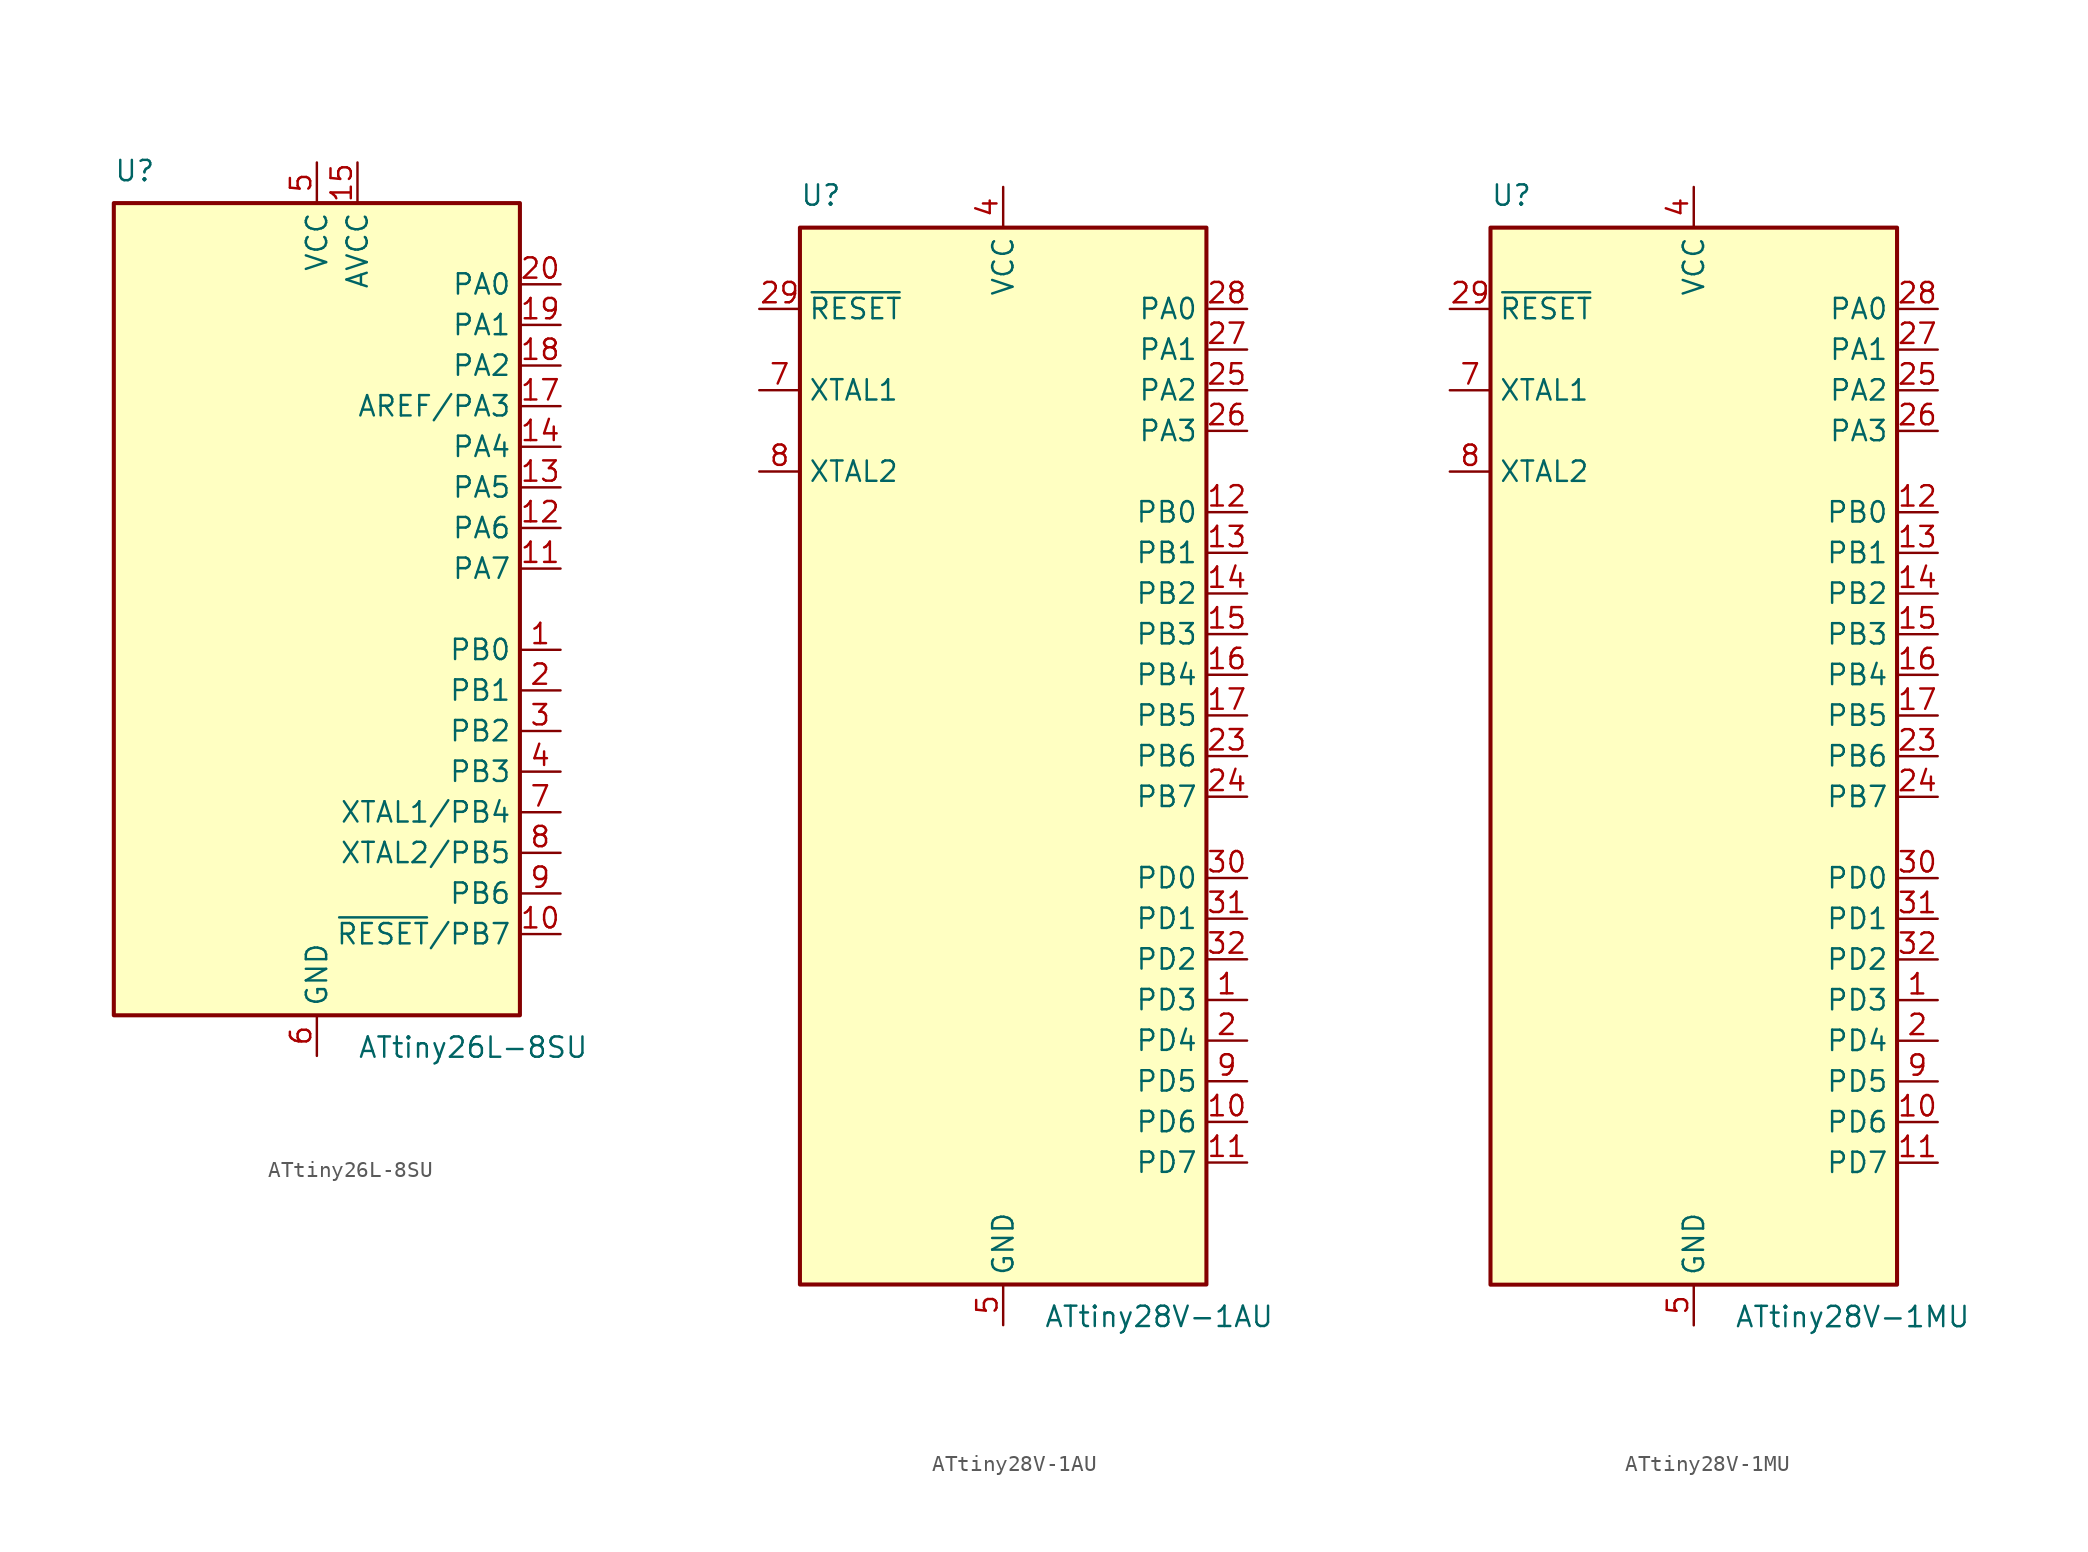
<source format=kicad_sym>
(kicad_symbol_lib
  (version 20201005)
  (generator kicad_symbol_editor)
  (symbol "ATtiny26L-8SU"
    (property "Reference" "U"
      (at -12.7 26.67 0)
      (effects (font (size 1.27 1.27)) (justify left bottom)))
    (property "Value" "ATtiny26L-8SU"
      (at 2.54 -26.67 0)
      (effects (font (size 1.27 1.27)) (justify left top)))
    (symbol "ATtiny26L-8SU_0_1"
      (rectangle (start -12.7 -25.4) (end 12.7 25.4) (stroke (width 0.254)) (fill (type background))))
    (symbol "ATtiny26L-8SU_1_1"
      (pin tri_state line (at 15.24 -2.54 180) (length 2.54) (name "PB0" (effects (font (size 1.27 1.27)))) (number "1" (effects (font (size 1.27 1.27)))))
      (pin tri_state line (at 15.24 -20.32 180) (length 2.54) (name "~RESET~/PB7" (effects (font (size 1.27 1.27)))) (number "10" (effects (font (size 1.27 1.27)))))
      (pin tri_state line (at 15.24 2.54 180) (length 2.54) (name "PA7" (effects (font (size 1.27 1.27)))) (number "11" (effects (font (size 1.27 1.27)))))
      (pin tri_state line (at 15.24 5.08 180) (length 2.54) (name "PA6" (effects (font (size 1.27 1.27)))) (number "12" (effects (font (size 1.27 1.27)))))
      (pin tri_state line (at 15.24 7.62 180) (length 2.54) (name "PA5" (effects (font (size 1.27 1.27)))) (number "13" (effects (font (size 1.27 1.27)))))
      (pin tri_state line (at 15.24 10.16 180) (length 2.54) (name "PA4" (effects (font (size 1.27 1.27)))) (number "14" (effects (font (size 1.27 1.27)))))
      (pin power_in line (at 2.54 27.94 270) (length 2.54) (name "AVCC" (effects (font (size 1.27 1.27)))) (number "15" (effects (font (size 1.27 1.27)))))
      (pin passive line (at 0 -27.94 90) (length 2.54) hide (name "GND" (effects (font (size 1.27 1.27)))) (number "16" (effects (font (size 1.27 1.27)))))
      (pin tri_state line (at 15.24 12.7 180) (length 2.54) (name "AREF/PA3" (effects (font (size 1.27 1.27)))) (number "17" (effects (font (size 1.27 1.27)))))
      (pin tri_state line (at 15.24 15.24 180) (length 2.54) (name "PA2" (effects (font (size 1.27 1.27)))) (number "18" (effects (font (size 1.27 1.27)))))
      (pin tri_state line (at 15.24 17.78 180) (length 2.54) (name "PA1" (effects (font (size 1.27 1.27)))) (number "19" (effects (font (size 1.27 1.27)))))
      (pin tri_state line (at 15.24 -5.08 180) (length 2.54) (name "PB1" (effects (font (size 1.27 1.27)))) (number "2" (effects (font (size 1.27 1.27)))))
      (pin tri_state line (at 15.24 20.32 180) (length 2.54) (name "PA0" (effects (font (size 1.27 1.27)))) (number "20" (effects (font (size 1.27 1.27)))))
      (pin tri_state line (at 15.24 -7.62 180) (length 2.54) (name "PB2" (effects (font (size 1.27 1.27)))) (number "3" (effects (font (size 1.27 1.27)))))
      (pin tri_state line (at 15.24 -10.16 180) (length 2.54) (name "PB3" (effects (font (size 1.27 1.27)))) (number "4" (effects (font (size 1.27 1.27)))))
      (pin power_in line (at 0 27.94 270) (length 2.54) (name "VCC" (effects (font (size 1.27 1.27)))) (number "5" (effects (font (size 1.27 1.27)))))
      (pin power_in line (at 0 -27.94 90) (length 2.54) (name "GND" (effects (font (size 1.27 1.27)))) (number "6" (effects (font (size 1.27 1.27)))))
      (pin tri_state line (at 15.24 -12.7 180) (length 2.54) (name "XTAL1/PB4" (effects (font (size 1.27 1.27)))) (number "7" (effects (font (size 1.27 1.27)))))
      (pin tri_state line (at 15.24 -15.24 180) (length 2.54) (name "XTAL2/PB5" (effects (font (size 1.27 1.27)))) (number "8" (effects (font (size 1.27 1.27)))))
      (pin tri_state line (at 15.24 -17.78 180) (length 2.54) (name "PB6" (effects (font (size 1.27 1.27)))) (number "9" (effects (font (size 1.27 1.27)))))))
  (symbol "ATtiny28V-1AU"
    (property "Reference" "U"
      (at -12.7 34.29 0)
      (effects (font (size 1.27 1.27)) (justify left bottom)))
    (property "Value" "ATtiny28V-1AU"
      (at 2.54 -34.29 0)
      (effects (font (size 1.27 1.27)) (justify left top)))
    (symbol "ATtiny28V-1AU_0_1"
      (rectangle (start -12.7 -33.02) (end 12.7 33.02) (stroke (width 0.254)) (fill (type background))))
    (symbol "ATtiny28V-1AU_1_1"
      (pin tri_state line (at 15.24 -15.24 180) (length 2.54) (name "PD3" (effects (font (size 1.27 1.27)))) (number "1" (effects (font (size 1.27 1.27)))))
      (pin tri_state line (at 15.24 -22.86 180) (length 2.54) (name "PD6" (effects (font (size 1.27 1.27)))) (number "10" (effects (font (size 1.27 1.27)))))
      (pin tri_state line (at 15.24 -25.4 180) (length 2.54) (name "PD7" (effects (font (size 1.27 1.27)))) (number "11" (effects (font (size 1.27 1.27)))))
      (pin tri_state line (at 15.24 15.24 180) (length 2.54) (name "PB0" (effects (font (size 1.27 1.27)))) (number "12" (effects (font (size 1.27 1.27)))))
      (pin tri_state line (at 15.24 12.7 180) (length 2.54) (name "PB1" (effects (font (size 1.27 1.27)))) (number "13" (effects (font (size 1.27 1.27)))))
      (pin tri_state line (at 15.24 10.16 180) (length 2.54) (name "PB2" (effects (font (size 1.27 1.27)))) (number "14" (effects (font (size 1.27 1.27)))))
      (pin tri_state line (at 15.24 7.62 180) (length 2.54) (name "PB3" (effects (font (size 1.27 1.27)))) (number "15" (effects (font (size 1.27 1.27)))))
      (pin tri_state line (at 15.24 5.08 180) (length 2.54) (name "PB4" (effects (font (size 1.27 1.27)))) (number "16" (effects (font (size 1.27 1.27)))))
      (pin tri_state line (at 15.24 2.54 180) (length 2.54) (name "PB5" (effects (font (size 1.27 1.27)))) (number "17" (effects (font (size 1.27 1.27)))))
      (pin passive line (at 0 35.56 270) (length 2.54) hide (name "VCC" (effects (font (size 1.27 1.27)))) (number "18" (effects (font (size 1.27 1.27)))))
      (pin no_connect line (at -12.7 -25.4 0) (length 2.54) hide (name "NC" (effects (font (size 1.27 1.27)))) (number "19" (effects (font (size 1.27 1.27)))))
      (pin tri_state line (at 15.24 -17.78 180) (length 2.54) (name "PD4" (effects (font (size 1.27 1.27)))) (number "2" (effects (font (size 1.27 1.27)))))
      (pin no_connect line (at -12.7 -27.94 0) (length 2.54) hide (name "NC" (effects (font (size 1.27 1.27)))) (number "20" (effects (font (size 1.27 1.27)))))
      (pin passive line (at 0 -35.56 90) (length 2.54) hide (name "GND" (effects (font (size 1.27 1.27)))) (number "21" (effects (font (size 1.27 1.27)))))
      (pin no_connect line (at -12.7 -30.48 0) (length 2.54) hide (name "NC" (effects (font (size 1.27 1.27)))) (number "22" (effects (font (size 1.27 1.27)))))
      (pin tri_state line (at 15.24 0 180) (length 2.54) (name "PB6" (effects (font (size 1.27 1.27)))) (number "23" (effects (font (size 1.27 1.27)))))
      (pin tri_state line (at 15.24 -2.54 180) (length 2.54) (name "PB7" (effects (font (size 1.27 1.27)))) (number "24" (effects (font (size 1.27 1.27)))))
      (pin tri_state line (at 15.24 22.86 180) (length 2.54) (name "PA2" (effects (font (size 1.27 1.27)))) (number "25" (effects (font (size 1.27 1.27)))))
      (pin tri_state line (at 15.24 20.32 180) (length 2.54) (name "PA3" (effects (font (size 1.27 1.27)))) (number "26" (effects (font (size 1.27 1.27)))))
      (pin tri_state line (at 15.24 25.4 180) (length 2.54) (name "PA1" (effects (font (size 1.27 1.27)))) (number "27" (effects (font (size 1.27 1.27)))))
      (pin tri_state line (at 15.24 27.94 180) (length 2.54) (name "PA0" (effects (font (size 1.27 1.27)))) (number "28" (effects (font (size 1.27 1.27)))))
      (pin input line (at -15.24 27.94 0) (length 2.54) (name "~RESET" (effects (font (size 1.27 1.27)))) (number "29" (effects (font (size 1.27 1.27)))))
      (pin no_connect line (at -12.7 -20.32 0) (length 2.54) hide (name "NC" (effects (font (size 1.27 1.27)))) (number "3" (effects (font (size 1.27 1.27)))))
      (pin tri_state line (at 15.24 -7.62 180) (length 2.54) (name "PD0" (effects (font (size 1.27 1.27)))) (number "30" (effects (font (size 1.27 1.27)))))
      (pin tri_state line (at 15.24 -10.16 180) (length 2.54) (name "PD1" (effects (font (size 1.27 1.27)))) (number "31" (effects (font (size 1.27 1.27)))))
      (pin tri_state line (at 15.24 -12.7 180) (length 2.54) (name "PD2" (effects (font (size 1.27 1.27)))) (number "32" (effects (font (size 1.27 1.27)))))
      (pin power_in line (at 0 35.56 270) (length 2.54) (name "VCC" (effects (font (size 1.27 1.27)))) (number "4" (effects (font (size 1.27 1.27)))))
      (pin power_in line (at 0 -35.56 90) (length 2.54) (name "GND" (effects (font (size 1.27 1.27)))) (number "5" (effects (font (size 1.27 1.27)))))
      (pin no_connect line (at -12.7 -22.86 0) (length 2.54) hide (name "NC" (effects (font (size 1.27 1.27)))) (number "6" (effects (font (size 1.27 1.27)))))
      (pin input line (at -15.24 22.86 0) (length 2.54) (name "XTAL1" (effects (font (size 1.27 1.27)))) (number "7" (effects (font (size 1.27 1.27)))))
      (pin output line (at -15.24 17.78 0) (length 2.54) (name "XTAL2" (effects (font (size 1.27 1.27)))) (number "8" (effects (font (size 1.27 1.27)))))
      (pin tri_state line (at 15.24 -20.32 180) (length 2.54) (name "PD5" (effects (font (size 1.27 1.27)))) (number "9" (effects (font (size 1.27 1.27)))))))
  (symbol "ATtiny28V-1MU"
    (property "Reference" "U"
      (at -12.7 34.29 0)
      (effects (font (size 1.27 1.27)) (justify left bottom)))
    (property "Value" "ATtiny28V-1MU"
      (at 2.54 -34.29 0)
      (effects (font (size 1.27 1.27)) (justify left top)))
    (symbol "ATtiny28V-1MU_0_1"
      (rectangle (start -12.7 -33.02) (end 12.7 33.02) (stroke (width 0.254)) (fill (type background))))
    (symbol "ATtiny28V-1MU_1_1"
      (pin tri_state line (at 15.24 -15.24 180) (length 2.54) (name "PD3" (effects (font (size 1.27 1.27)))) (number "1" (effects (font (size 1.27 1.27)))))
      (pin tri_state line (at 15.24 -22.86 180) (length 2.54) (name "PD6" (effects (font (size 1.27 1.27)))) (number "10" (effects (font (size 1.27 1.27)))))
      (pin tri_state line (at 15.24 -25.4 180) (length 2.54) (name "PD7" (effects (font (size 1.27 1.27)))) (number "11" (effects (font (size 1.27 1.27)))))
      (pin tri_state line (at 15.24 15.24 180) (length 2.54) (name "PB0" (effects (font (size 1.27 1.27)))) (number "12" (effects (font (size 1.27 1.27)))))
      (pin tri_state line (at 15.24 12.7 180) (length 2.54) (name "PB1" (effects (font (size 1.27 1.27)))) (number "13" (effects (font (size 1.27 1.27)))))
      (pin tri_state line (at 15.24 10.16 180) (length 2.54) (name "PB2" (effects (font (size 1.27 1.27)))) (number "14" (effects (font (size 1.27 1.27)))))
      (pin tri_state line (at 15.24 7.62 180) (length 2.54) (name "PB3" (effects (font (size 1.27 1.27)))) (number "15" (effects (font (size 1.27 1.27)))))
      (pin tri_state line (at 15.24 5.08 180) (length 2.54) (name "PB4" (effects (font (size 1.27 1.27)))) (number "16" (effects (font (size 1.27 1.27)))))
      (pin tri_state line (at 15.24 2.54 180) (length 2.54) (name "PB5" (effects (font (size 1.27 1.27)))) (number "17" (effects (font (size 1.27 1.27)))))
      (pin passive line (at 0 35.56 270) (length 2.54) hide (name "VCC" (effects (font (size 1.27 1.27)))) (number "18" (effects (font (size 1.27 1.27)))))
      (pin no_connect line (at -12.7 -25.4 0) (length 2.54) hide (name "NC" (effects (font (size 1.27 1.27)))) (number "19" (effects (font (size 1.27 1.27)))))
      (pin tri_state line (at 15.24 -17.78 180) (length 2.54) (name "PD4" (effects (font (size 1.27 1.27)))) (number "2" (effects (font (size 1.27 1.27)))))
      (pin no_connect line (at -12.7 -27.94 0) (length 2.54) hide (name "NC" (effects (font (size 1.27 1.27)))) (number "20" (effects (font (size 1.27 1.27)))))
      (pin passive line (at 0 -35.56 90) (length 2.54) hide (name "GND" (effects (font (size 1.27 1.27)))) (number "21" (effects (font (size 1.27 1.27)))))
      (pin no_connect line (at -12.7 -30.48 0) (length 2.54) hide (name "NC" (effects (font (size 1.27 1.27)))) (number "22" (effects (font (size 1.27 1.27)))))
      (pin tri_state line (at 15.24 0 180) (length 2.54) (name "PB6" (effects (font (size 1.27 1.27)))) (number "23" (effects (font (size 1.27 1.27)))))
      (pin tri_state line (at 15.24 -2.54 180) (length 2.54) (name "PB7" (effects (font (size 1.27 1.27)))) (number "24" (effects (font (size 1.27 1.27)))))
      (pin tri_state line (at 15.24 22.86 180) (length 2.54) (name "PA2" (effects (font (size 1.27 1.27)))) (number "25" (effects (font (size 1.27 1.27)))))
      (pin tri_state line (at 15.24 20.32 180) (length 2.54) (name "PA3" (effects (font (size 1.27 1.27)))) (number "26" (effects (font (size 1.27 1.27)))))
      (pin tri_state line (at 15.24 25.4 180) (length 2.54) (name "PA1" (effects (font (size 1.27 1.27)))) (number "27" (effects (font (size 1.27 1.27)))))
      (pin tri_state line (at 15.24 27.94 180) (length 2.54) (name "PA0" (effects (font (size 1.27 1.27)))) (number "28" (effects (font (size 1.27 1.27)))))
      (pin input line (at -15.24 27.94 0) (length 2.54) (name "~RESET" (effects (font (size 1.27 1.27)))) (number "29" (effects (font (size 1.27 1.27)))))
      (pin no_connect line (at -12.7 -20.32 0) (length 2.54) hide (name "NC" (effects (font (size 1.27 1.27)))) (number "3" (effects (font (size 1.27 1.27)))))
      (pin tri_state line (at 15.24 -7.62 180) (length 2.54) (name "PD0" (effects (font (size 1.27 1.27)))) (number "30" (effects (font (size 1.27 1.27)))))
      (pin tri_state line (at 15.24 -10.16 180) (length 2.54) (name "PD1" (effects (font (size 1.27 1.27)))) (number "31" (effects (font (size 1.27 1.27)))))
      (pin tri_state line (at 15.24 -12.7 180) (length 2.54) (name "PD2" (effects (font (size 1.27 1.27)))) (number "32" (effects (font (size 1.27 1.27)))))
      (pin passive line (at 0 -35.56 90) (length 2.54) hide (name "GND" (effects (font (size 1.27 1.27)))) (number "33" (effects (font (size 1.27 1.27)))))
      (pin power_in line (at 0 35.56 270) (length 2.54) (name "VCC" (effects (font (size 1.27 1.27)))) (number "4" (effects (font (size 1.27 1.27)))))
      (pin power_in line (at 0 -35.56 90) (length 2.54) (name "GND" (effects (font (size 1.27 1.27)))) (number "5" (effects (font (size 1.27 1.27)))))
      (pin no_connect line (at -12.7 -22.86 0) (length 2.54) hide (name "NC" (effects (font (size 1.27 1.27)))) (number "6" (effects (font (size 1.27 1.27)))))
      (pin input line (at -15.24 22.86 0) (length 2.54) (name "XTAL1" (effects (font (size 1.27 1.27)))) (number "7" (effects (font (size 1.27 1.27)))))
      (pin output line (at -15.24 17.78 0) (length 2.54) (name "XTAL2" (effects (font (size 1.27 1.27)))) (number "8" (effects (font (size 1.27 1.27)))))
      (pin tri_state line (at 15.24 -20.32 180) (length 2.54) (name "PD5" (effects (font (size 1.27 1.27)))) (number "9" (effects (font (size 1.27 1.27))))))))
</source>
